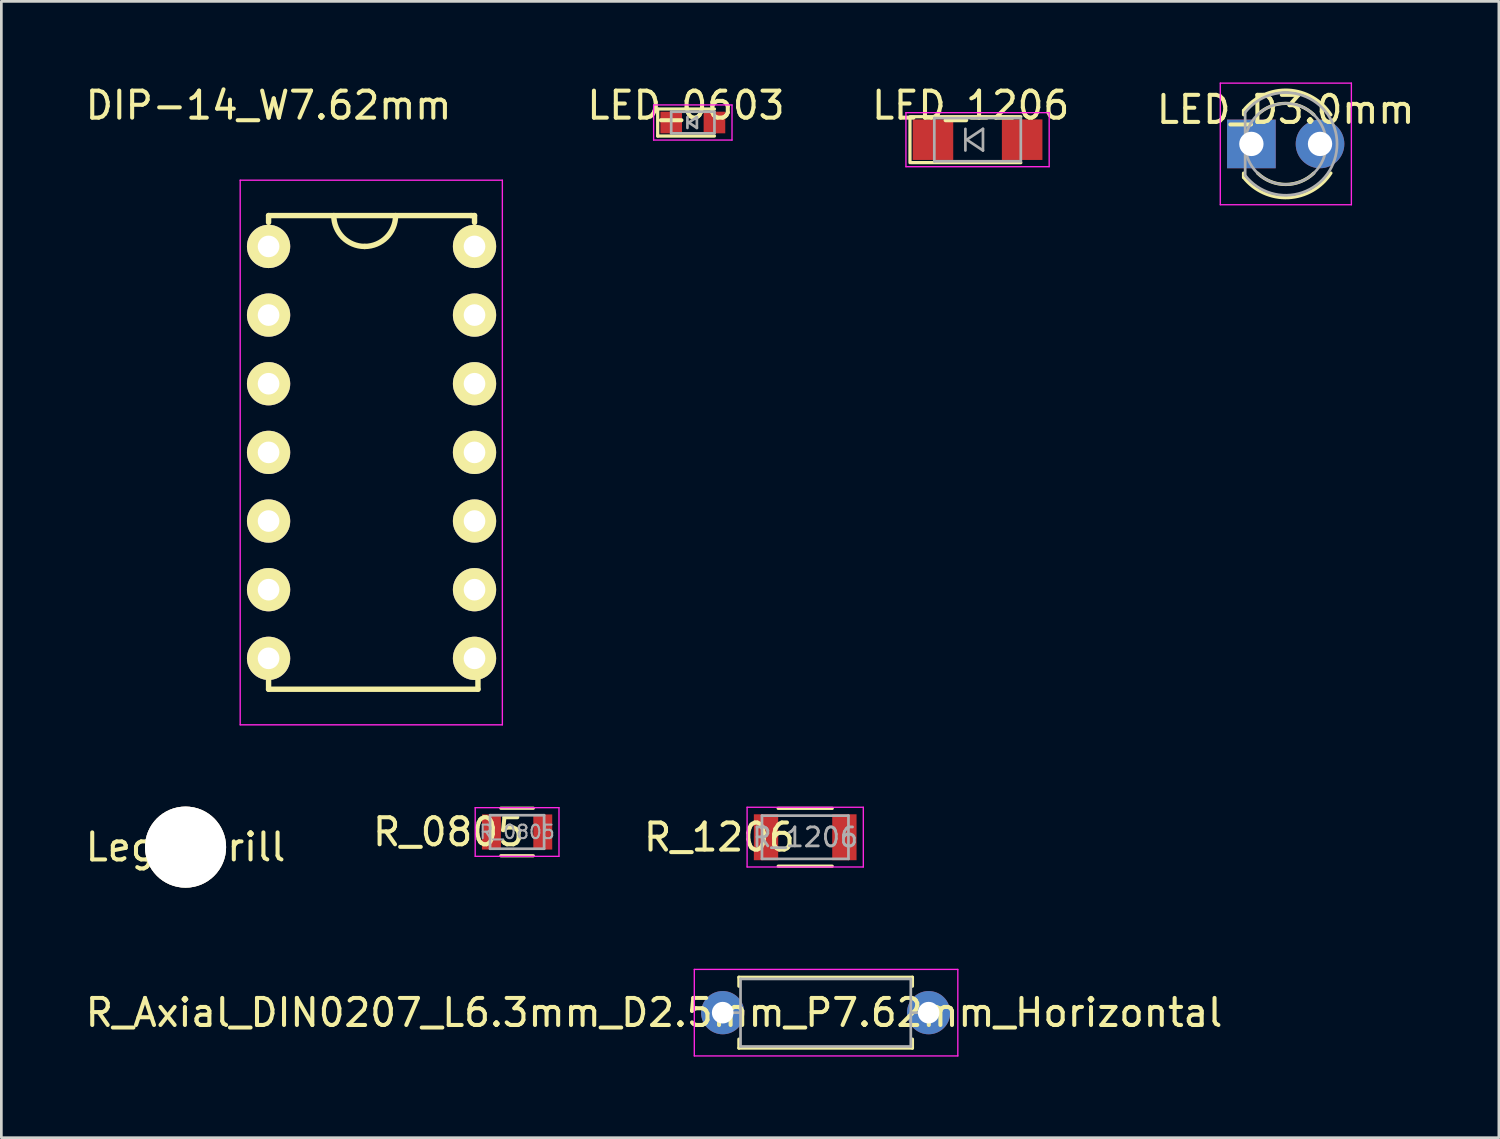
<source format=kicad_pcb>
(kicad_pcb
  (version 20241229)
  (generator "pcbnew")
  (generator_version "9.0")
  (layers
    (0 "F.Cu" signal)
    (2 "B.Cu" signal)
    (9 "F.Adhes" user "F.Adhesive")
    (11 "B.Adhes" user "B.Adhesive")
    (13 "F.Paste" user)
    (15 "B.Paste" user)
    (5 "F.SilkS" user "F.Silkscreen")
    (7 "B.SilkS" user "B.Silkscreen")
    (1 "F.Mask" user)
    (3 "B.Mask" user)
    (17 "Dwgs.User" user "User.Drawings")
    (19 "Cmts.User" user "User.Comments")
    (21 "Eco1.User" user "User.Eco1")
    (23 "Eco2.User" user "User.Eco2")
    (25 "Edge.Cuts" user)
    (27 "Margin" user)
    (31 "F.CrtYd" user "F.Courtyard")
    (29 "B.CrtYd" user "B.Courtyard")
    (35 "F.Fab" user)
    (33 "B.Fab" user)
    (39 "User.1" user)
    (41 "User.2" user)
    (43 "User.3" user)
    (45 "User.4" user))
  (footprint "R_1206"
    (layer "F.Cu")
    (at 26.742 27.928)
    (property "Reference" "R_1206" (at -3.175 0 0) (layer "F.SilkS") (effects (font (size 1 1) (thickness 0.15))))
    (attr smd)
    (fp_line (start -1 -1.07) (end 1 -1.07) (stroke (width 0.12) (type solid)) (layer "F.SilkS"))
    (fp_line (start 1 1.07) (end -1 1.07) (stroke (width 0.12) (type solid)) (layer "F.SilkS"))
    (fp_line (start -2.15 -1.11) (end -2.15 1.1) (stroke (width 0.05) (type solid)) (layer "F.CrtYd"))
    (fp_line (start -2.15 -1.11) (end 2.15 -1.11) (stroke (width 0.05) (type solid)) (layer "F.CrtYd"))
    (fp_line (start 2.15 1.1) (end -2.15 1.1) (stroke (width 0.05) (type solid)) (layer "F.CrtYd"))
    (fp_line (start 2.15 1.1) (end 2.15 -1.11) (stroke (width 0.05) (type solid)) (layer "F.CrtYd"))
    (fp_line (start -1.6 -0.8) (end 1.6 -0.8) (stroke (width 0.1) (type solid)) (layer "F.Fab"))
    (fp_line (start -1.6 0.8) (end -1.6 -0.8) (stroke (width 0.1) (type solid)) (layer "F.Fab"))
    (fp_line (start 1.6 -0.8) (end 1.6 0.8) (stroke (width 0.1) (type solid)) (layer "F.Fab"))
    (fp_line (start 1.6 0.8) (end -1.6 0.8) (stroke (width 0.1) (type solid)) (layer "F.Fab"))
    (fp_text user "${REFERENCE}" (at 0 0 0) (layer "F.Fab") (effects (font (size 0.7 0.7) (thickness 0.105))))
    (pad "1" smd rect (at -1.45 0) (size 0.9 1.7) (layers "F.Cu" "F.Mask" "F.Paste"))
    (pad "2" smd rect (at 1.45 0) (size 0.9 1.7) (layers "F.Cu" "F.Mask" "F.Paste")))
  (footprint "DIP-14_W7.62mm"
    (layer "F.Cu")
    (at 6.887 6.068)
    (property "Reference" "DIP-14_W7.62mm" (at 0 -5.22 0) (layer "F.SilkS") (effects (font (size 1 1) (thickness 0.15))))
    (attr through_hole)
    (fp_line (start 0 -1.143) (end 7.493 -1.143) (stroke (width 0.2) (type solid)) (layer "F.SilkS"))
    (fp_line (start 0 -0.889) (end 0 -1.143) (stroke (width 0.2) (type solid)) (layer "F.SilkS"))
    (fp_line (start 0 16.383) (end 0 16.002) (stroke (width 0.2) (type solid)) (layer "F.SilkS"))
    (fp_line (start 0 16.383) (end 7.747 16.383) (stroke (width 0.2) (type solid)) (layer "F.SilkS"))
    (fp_line (start 7.493 -1.143) (end 7.62 -1.143) (stroke (width 0.2) (type solid)) (layer "F.SilkS"))
    (fp_line (start 7.62 -1.143) (end 7.62 -0.889) (stroke (width 0.2) (type solid)) (layer "F.SilkS"))
    (fp_line (start 7.747 16.383) (end 7.747 16.002) (stroke (width 0.2) (type solid)) (layer "F.SilkS"))
    (fp_arc (start 3.556 0) (mid 2.747777 -0.334777) (end 2.413 -1.143) (stroke (width 0.2) (type solid)) (layer "F.SilkS"))
    (fp_arc (start 4.699 -1.143) (mid 4.364223 -0.334777) (end 3.556 0) (stroke (width 0.2) (type solid)) (layer "F.SilkS"))
    (fp_line (start -1.05 -2.45) (end -1.05 17.7) (stroke (width 0.05) (type solid)) (layer "F.CrtYd"))
    (fp_line (start -1.05 -2.45) (end 8.65 -2.45) (stroke (width 0.05) (type solid)) (layer "F.CrtYd"))
    (fp_line (start -1.05 17.7) (end 8.65 17.7) (stroke (width 0.05) (type solid)) (layer "F.CrtYd"))
    (fp_line (start 8.65 -2.45) (end 8.65 17.7) (stroke (width 0.05) (type solid)) (layer "F.CrtYd"))
    (pad "1" thru_hole oval (at 0 0) (size 1.6 1.6) (drill 0.8) (layers "*.Cu" "*.Mask" "F.SilkS"))
    (pad "2" thru_hole oval (at 0 2.54) (size 1.6 1.6) (drill 0.8) (layers "*.Cu" "*.Mask" "F.SilkS"))
    (pad "3" thru_hole oval (at 0 5.08) (size 1.6 1.6) (drill 0.8) (layers "*.Cu" "*.Mask" "F.SilkS"))
    (pad "4" thru_hole oval (at 0 7.62) (size 1.6 1.6) (drill 0.8) (layers "*.Cu" "*.Mask" "F.SilkS"))
    (pad "5" thru_hole oval (at 0 10.16) (size 1.6 1.6) (drill 0.8) (layers "*.Cu" "*.Mask" "F.SilkS"))
    (pad "6" thru_hole oval (at 0 12.7) (size 1.6 1.6) (drill 0.8) (layers "*.Cu" "*.Mask" "F.SilkS"))
    (pad "7" thru_hole oval (at 0 15.24) (size 1.6 1.6) (drill 0.8) (layers "*.Cu" "*.Mask" "F.SilkS"))
    (pad "8" thru_hole oval (at 7.62 15.24) (size 1.6 1.6) (drill 0.8) (layers "*.Cu" "*.Mask" "F.SilkS"))
    (pad "9" thru_hole oval (at 7.62 12.7) (size 1.6 1.6) (drill 0.8) (layers "*.Cu" "*.Mask" "F.SilkS"))
    (pad "10" thru_hole oval (at 7.62 10.16) (size 1.6 1.6) (drill 0.8) (layers "*.Cu" "*.Mask" "F.SilkS"))
    (pad "11" thru_hole oval (at 7.62 7.62) (size 1.6 1.6) (drill 0.8) (layers "*.Cu" "*.Mask" "F.SilkS"))
    (pad "12" thru_hole oval (at 7.62 5.08) (size 1.6 1.6) (drill 0.8) (layers "*.Cu" "*.Mask" "F.SilkS"))
    (pad "13" thru_hole oval (at 7.62 2.54) (size 1.6 1.6) (drill 0.8) (layers "*.Cu" "*.Mask" "F.SilkS"))
    (pad "14" thru_hole oval (at 7.62 0) (size 1.6 1.6) (drill 0.8) (layers "*.Cu" "*.Mask" "F.SilkS")))
  (footprint "LED_1206"
    (layer "F.Cu")
    (at 33.119 2.118)
    (property "Reference" "LED_1206" (at -0.254 -1.27 0) (layer "F.SilkS") (effects (font (size 1 1) (thickness 0.15))))
    (attr smd)
    (fp_line (start -2.5 -0.85) (end -2.5 0.85) (stroke (width 0.12) (type solid)) (layer "F.SilkS"))
    (fp_line (start -2.45 -0.85) (end 1.6 -0.85) (stroke (width 0.12) (type solid)) (layer "F.SilkS"))
    (fp_line (start -2.45 0.85) (end 1.6 0.85) (stroke (width 0.12) (type solid)) (layer "F.SilkS"))
    (fp_line (start -2.65 -1) (end 2.65 -1) (stroke (width 0.05) (type solid)) (layer "F.CrtYd"))
    (fp_line (start -2.65 1) (end -2.65 -1) (stroke (width 0.05) (type solid)) (layer "F.CrtYd"))
    (fp_line (start 2.65 -1) (end 2.65 1) (stroke (width 0.05) (type solid)) (layer "F.CrtYd"))
    (fp_line (start 2.65 1) (end -2.65 1) (stroke (width 0.05) (type solid)) (layer "F.CrtYd"))
    (fp_line (start -1.6 -0.8) (end 1.6 -0.8) (stroke (width 0.1) (type solid)) (layer "F.Fab"))
    (fp_line (start -1.6 0.8) (end -1.6 -0.8) (stroke (width 0.1) (type solid)) (layer "F.Fab"))
    (fp_line (start -0.45 -0.4) (end -0.45 0.4) (stroke (width 0.1) (type solid)) (layer "F.Fab"))
    (fp_line (start -0.4 0) (end 0.2 -0.4) (stroke (width 0.1) (type solid)) (layer "F.Fab"))
    (fp_line (start 0.2 -0.4) (end 0.2 0.4) (stroke (width 0.1) (type solid)) (layer "F.Fab"))
    (fp_line (start 0.2 0.4) (end -0.4 0) (stroke (width 0.1) (type solid)) (layer "F.Fab"))
    (fp_line (start 1.6 -0.8) (end 1.6 0.8) (stroke (width 0.1) (type solid)) (layer "F.Fab"))
    (fp_line (start 1.6 0.8) (end -1.6 0.8) (stroke (width 0.1) (type solid)) (layer "F.Fab"))
    (pad "1" smd rect (at -1.65 0 180) (size 1.5 1.5) (layers "F.Cu" "F.Mask" "F.Paste"))
    (pad "2" smd rect (at 1.65 0 180) (size 1.5 1.5) (layers "F.Cu" "F.Mask" "F.Paste")))
  (footprint "Lego_Drill"
    (layer "F.Cu")
    (at 3.815 28.293)
    (property "Reference" "Lego_Drill" (at 0 0 0) (layer "F.SilkS") (effects (font (size 1 1) (thickness 0.15))))
    (attr through_hole)
    (pad "1" thru_hole circle (at 0 0) (size 3 3) (drill 3) (layers "*.Cu" "*.Mask" "F.SilkS")))
  (footprint "R_0805"
    (layer "F.Cu")
    (at 16.082 27.733)
    (property "Reference" "R_0805" (at -2.54 0 0) (layer "F.SilkS") (effects (font (size 1 1) (thickness 0.15))))
    (attr smd)
    (fp_line (start -0.6 -0.88) (end 0.6 -0.88) (stroke (width 0.12) (type solid)) (layer "F.SilkS"))
    (fp_line (start 0.6 0.88) (end -0.6 0.88) (stroke (width 0.12) (type solid)) (layer "F.SilkS"))
    (fp_line (start -1.55 -0.9) (end -1.55 0.9) (stroke (width 0.05) (type solid)) (layer "F.CrtYd"))
    (fp_line (start -1.55 -0.9) (end 1.55 -0.9) (stroke (width 0.05) (type solid)) (layer "F.CrtYd"))
    (fp_line (start 1.55 0.9) (end -1.55 0.9) (stroke (width 0.05) (type solid)) (layer "F.CrtYd"))
    (fp_line (start 1.55 0.9) (end 1.55 -0.9) (stroke (width 0.05) (type solid)) (layer "F.CrtYd"))
    (fp_line (start -1 -0.62) (end 1 -0.62) (stroke (width 0.1) (type solid)) (layer "F.Fab"))
    (fp_line (start -1 0.62) (end -1 -0.62) (stroke (width 0.1) (type solid)) (layer "F.Fab"))
    (fp_line (start 1 -0.62) (end 1 0.62) (stroke (width 0.1) (type solid)) (layer "F.Fab"))
    (fp_line (start 1 0.62) (end -1 0.62) (stroke (width 0.1) (type solid)) (layer "F.Fab"))
    (fp_text user "${REFERENCE}" (at 0 0 0) (layer "F.Fab") (effects (font (size 0.5 0.5) (thickness 0.075))))
    (pad "1" smd rect (at -0.95 0) (size 0.7 1.3) (layers "F.Cu" "F.Mask" "F.Paste"))
    (pad "2" smd rect (at 0.95 0) (size 0.7 1.3) (layers "F.Cu" "F.Mask" "F.Paste")))
  (footprint "LED_0603"
    (layer "F.Cu")
    (at 22.584 1.483)
    (property "Reference" "LED_0603" (at -0.254 -0.635 0) (layer "F.SilkS") (effects (font (size 1 1) (thickness 0.15))))
    (attr smd)
    (fp_line (start -1.3 -0.5) (end -1.3 0.5) (stroke (width 0.12) (type solid)) (layer "F.SilkS"))
    (fp_line (start -1.3 -0.5) (end 0.8 -0.5) (stroke (width 0.12) (type solid)) (layer "F.SilkS"))
    (fp_line (start -1.3 0.5) (end 0.8 0.5) (stroke (width 0.12) (type solid)) (layer "F.SilkS"))
    (fp_line (start -1.45 -0.65) (end 1.45 -0.65) (stroke (width 0.05) (type solid)) (layer "F.CrtYd"))
    (fp_line (start -1.45 0.65) (end -1.45 -0.65) (stroke (width 0.05) (type solid)) (layer "F.CrtYd"))
    (fp_line (start 1.45 -0.65) (end 1.45 0.65) (stroke (width 0.05) (type solid)) (layer "F.CrtYd"))
    (fp_line (start 1.45 0.65) (end -1.45 0.65) (stroke (width 0.05) (type solid)) (layer "F.CrtYd"))
    (fp_line (start -0.8 -0.4) (end 0.8 -0.4) (stroke (width 0.1) (type solid)) (layer "F.Fab"))
    (fp_line (start -0.8 0.4) (end -0.8 -0.4) (stroke (width 0.1) (type solid)) (layer "F.Fab"))
    (fp_line (start -0.2 -0.2) (end -0.2 0.2) (stroke (width 0.1) (type solid)) (layer "F.Fab"))
    (fp_line (start -0.15 0) (end 0.15 -0.2) (stroke (width 0.1) (type solid)) (layer "F.Fab"))
    (fp_line (start 0.15 -0.2) (end 0.15 0.2) (stroke (width 0.1) (type solid)) (layer "F.Fab"))
    (fp_line (start 0.15 0.2) (end -0.15 0) (stroke (width 0.1) (type solid)) (layer "F.Fab"))
    (fp_line (start 0.8 -0.4) (end 0.8 0.4) (stroke (width 0.1) (type solid)) (layer "F.Fab"))
    (fp_line (start 0.8 0.4) (end -0.8 0.4) (stroke (width 0.1) (type solid)) (layer "F.Fab"))
    (pad "1" smd rect (at -0.8 0 180) (size 0.8 0.8) (layers "F.Cu" "F.Mask" "F.Paste"))
    (pad "2" smd rect (at 0.8 0 180) (size 0.8 0.8) (layers "F.Cu" "F.Mask" "F.Paste")))
  (footprint "R_Axial_DIN0207_L6.3mm_D2.5mm_P7.62mm_Horizontal"
    (layer "F.Cu")
    (at 23.689 34.418)
    (property "Reference" "R_Axial_DIN0207_L6.3mm_D2.5mm_P7.62mm_Horizontal" (at -2.54 0 0) (layer "F.SilkS") (effects (font (size 1 1) (thickness 0.15))))
    (attr through_hole)
    (fp_line (start 0.6 -1.31) (end 7.02 -1.31) (stroke (width 0.12) (type solid)) (layer "F.SilkS"))
    (fp_line (start 0.6 -0.98) (end 0.6 -1.31) (stroke (width 0.12) (type solid)) (layer "F.SilkS"))
    (fp_line (start 0.6 0.98) (end 0.6 1.31) (stroke (width 0.12) (type solid)) (layer "F.SilkS"))
    (fp_line (start 0.6 1.31) (end 7.02 1.31) (stroke (width 0.12) (type solid)) (layer "F.SilkS"))
    (fp_line (start 7.02 -1.31) (end 7.02 -0.98) (stroke (width 0.12) (type solid)) (layer "F.SilkS"))
    (fp_line (start 7.02 1.31) (end 7.02 0.98) (stroke (width 0.12) (type solid)) (layer "F.SilkS"))
    (fp_line (start -1.05 -1.6) (end -1.05 1.6) (stroke (width 0.05) (type solid)) (layer "F.CrtYd"))
    (fp_line (start -1.05 1.6) (end 8.7 1.6) (stroke (width 0.05) (type solid)) (layer "F.CrtYd"))
    (fp_line (start 8.7 -1.6) (end -1.05 -1.6) (stroke (width 0.05) (type solid)) (layer "F.CrtYd"))
    (fp_line (start 8.7 1.6) (end 8.7 -1.6) (stroke (width 0.05) (type solid)) (layer "F.CrtYd"))
    (fp_line (start 0 0) (end 0.66 0) (stroke (width 0.1) (type solid)) (layer "F.Fab"))
    (fp_line (start 0.66 -1.25) (end 0.66 1.25) (stroke (width 0.1) (type solid)) (layer "F.Fab"))
    (fp_line (start 0.66 1.25) (end 6.96 1.25) (stroke (width 0.1) (type solid)) (layer "F.Fab"))
    (fp_line (start 6.96 -1.25) (end 0.66 -1.25) (stroke (width 0.1) (type solid)) (layer "F.Fab"))
    (fp_line (start 6.96 1.25) (end 6.96 -1.25) (stroke (width 0.1) (type solid)) (layer "F.Fab"))
    (fp_line (start 7.62 0) (end 6.96 0) (stroke (width 0.1) (type solid)) (layer "F.Fab"))
    (pad "1" thru_hole circle (at 0 0) (size 1.6 1.6) (drill 0.8) (layers "*.Cu" "*.Mask"))
    (pad "2" thru_hole oval (at 7.62 0) (size 1.6 1.6) (drill 0.8) (layers "*.Cu" "*.Mask")))
  (footprint "LED_D3.0mm"
    (layer "F.Cu")
    (at 43.25 2.275)
    (property "Reference" "LED_D3.0mm" (at 1.27 -1.27 0) (layer "F.SilkS") (effects (font (size 1 1) (thickness 0.15))))
    (attr through_hole)
    (fp_line (start -0.29 -1.236) (end -0.29 -1.08) (stroke (width 0.12) (type solid)) (layer "F.SilkS"))
    (fp_line (start -0.29 1.08) (end -0.29 1.236) (stroke (width 0.12) (type solid)) (layer "F.SilkS"))
    (fp_arc (start -0.29 -1.235516) (mid 1.366487 -1.987659) (end 2.942335 -1.078608) (stroke (width 0.12) (type solid)) (layer "F.SilkS"))
    (fp_arc (start 0.229039 -1.08) (mid 1.270117 -1.5) (end 2.31113 -1.079837) (stroke (width 0.12) (type solid)) (layer "F.SilkS"))
    (fp_arc (start 2.31113 1.079837) (mid 1.270117 1.5) (end 0.229039 1.08) (stroke (width 0.12) (type solid)) (layer "F.SilkS"))
    (fp_arc (start 2.942335 1.078608) (mid 1.366487 1.987659) (end -0.29 1.235516) (stroke (width 0.12) (type solid)) (layer "F.SilkS"))
    (fp_line (start -1.15 -2.25) (end -1.15 2.25) (stroke (width 0.05) (type solid)) (layer "F.CrtYd"))
    (fp_line (start -1.15 2.25) (end 3.7 2.25) (stroke (width 0.05) (type solid)) (layer "F.CrtYd"))
    (fp_line (start 3.7 -2.25) (end -1.15 -2.25) (stroke (width 0.05) (type solid)) (layer "F.CrtYd"))
    (fp_line (start 3.7 2.25) (end 3.7 -2.25) (stroke (width 0.05) (type solid)) (layer "F.CrtYd"))
    (fp_line (start -0.23 -1.166) (end -0.23 1.166) (stroke (width 0.1) (type solid)) (layer "F.Fab"))
    (fp_arc (start -0.23 -1.16619) (mid 3.17 0.000452) (end -0.230555 1.165476) (stroke (width 0.1) (type solid)) (layer "F.Fab"))
    (fp_circle (center 1.27 0) (end 2.77 0) (stroke (width 0.1) (type solid)) (fill no) (layer "F.Fab"))
    (pad "1" thru_hole rect (at 0 0) (size 1.8 1.8) (drill 0.9) (layers "*.Cu" "*.Mask"))
    (pad "2" thru_hole circle (at 2.54 0) (size 1.8 1.8) (drill 0.9) (layers "*.Cu" "*.Mask")))
  (gr_rect
    (start -3 -3)
    (end 52.407 39.043)
    (stroke (width 0.1) (type default))
    (fill no)
    (layer "Edge.Cuts")))
</source>
